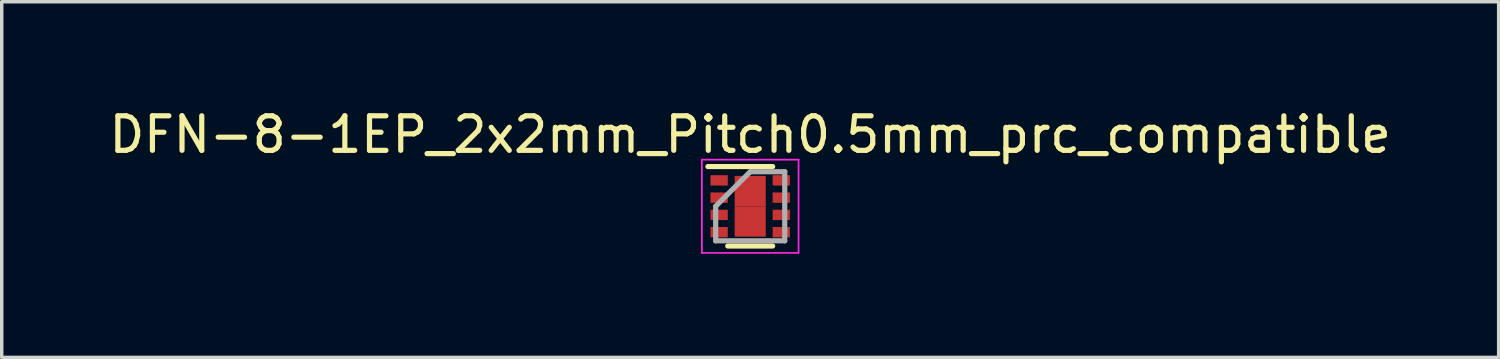
<source format=kicad_pcb>
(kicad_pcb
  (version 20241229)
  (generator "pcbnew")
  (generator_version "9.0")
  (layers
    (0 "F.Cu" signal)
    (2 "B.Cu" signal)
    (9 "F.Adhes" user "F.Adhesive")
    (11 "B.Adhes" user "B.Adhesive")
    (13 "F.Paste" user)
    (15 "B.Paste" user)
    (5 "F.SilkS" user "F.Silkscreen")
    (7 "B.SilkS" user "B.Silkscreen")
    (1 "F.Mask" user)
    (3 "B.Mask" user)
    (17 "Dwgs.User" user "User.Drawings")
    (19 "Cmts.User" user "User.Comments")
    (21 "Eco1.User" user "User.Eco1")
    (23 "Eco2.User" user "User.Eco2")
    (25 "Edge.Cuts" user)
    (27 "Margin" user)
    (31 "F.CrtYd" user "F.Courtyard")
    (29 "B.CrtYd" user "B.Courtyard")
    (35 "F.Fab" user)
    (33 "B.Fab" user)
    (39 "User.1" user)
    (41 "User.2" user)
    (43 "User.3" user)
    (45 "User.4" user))
  (footprint "DFN-8-1EP_2x2mm_Pitch0.5mm_prc_compatible"
    (layer "F.Cu")
    (at 18.673 2.923)
    (property "Reference" "DFN-8-1EP_2x2mm_Pitch0.5mm_prc_compatible" (at 0 -2.075 0) (layer "F.SilkS") (effects (font (size 1 1) (thickness 0.15))))
    (attr smd)
    (fp_line (start -1.225 -1.15) (end 0.65 -1.15) (stroke (width 0.15) (type solid)) (layer "F.SilkS"))
    (fp_line (start -0.65 1.15) (end 0.65 1.15) (stroke (width 0.15) (type solid)) (layer "F.SilkS"))
    (fp_line (start -1.4 -1.35) (end -1.4 1.35) (stroke (width 0.05) (type solid)) (layer "F.CrtYd"))
    (fp_line (start -1.4 -1.35) (end 1.4 -1.35) (stroke (width 0.05) (type solid)) (layer "F.CrtYd"))
    (fp_line (start -1.4 1.35) (end 1.4 1.35) (stroke (width 0.05) (type solid)) (layer "F.CrtYd"))
    (fp_line (start 1.4 -1.35) (end 1.4 1.35) (stroke (width 0.05) (type solid)) (layer "F.CrtYd"))
    (fp_line (start -1 0) (end 0 -1) (stroke (width 0.15) (type solid)) (layer "F.Fab"))
    (fp_line (start -1 1) (end -1 0) (stroke (width 0.15) (type solid)) (layer "F.Fab"))
    (fp_line (start 0 -1) (end 1 -1) (stroke (width 0.15) (type solid)) (layer "F.Fab"))
    (fp_line (start 1 -1) (end 1 1) (stroke (width 0.15) (type solid)) (layer "F.Fab"))
    (fp_line (start 1 1) (end -1 1) (stroke (width 0.15) (type solid)) (layer "F.Fab"))
    (pad "1" smd rect (at -0.9 -0.75) (size 0.5 0.3) (layers "F.Cu" "F.Mask" "F.Paste"))
    (pad "2" smd rect (at -0.9 -0.25) (size 0.5 0.3) (layers "F.Cu" "F.Mask" "F.Paste"))
    (pad "3" smd rect (at -0.9 0.25) (size 0.5 0.3) (layers "F.Cu" "F.Mask" "F.Paste"))
    (pad "4" smd rect (at -0.9 0.75) (size 0.5 0.3) (layers "F.Cu" "F.Mask" "F.Paste"))
    (pad "5" smd rect (at 0.9 0.75) (size 0.5 0.3) (layers "F.Cu" "F.Mask" "F.Paste"))
    (pad "6" smd rect (at 0.9 0.25) (size 0.5 0.3) (layers "F.Cu" "F.Mask" "F.Paste"))
    (pad "7" smd rect (at 0.9 -0.25) (size 0.5 0.3) (layers "F.Cu" "F.Mask" "F.Paste"))
    (pad "8" smd rect (at 0.9 -0.75) (size 0.5 0.3) (layers "F.Cu" "F.Mask" "F.Paste"))
    (pad "9" smd rect (at 0 -0.44) (size 0.9 0.88) (layers "F.Cu" "F.Mask" "F.Paste"))
    (pad "9" smd rect (at 0 0.44) (size 0.9 0.88) (layers "F.Cu" "F.Mask" "F.Paste")))
  (gr_rect
    (start -3 -3)
    (end 40.345 7.298)
    (stroke (width 0.1) (type default))
    (fill no)
    (layer "Edge.Cuts")))
</source>
